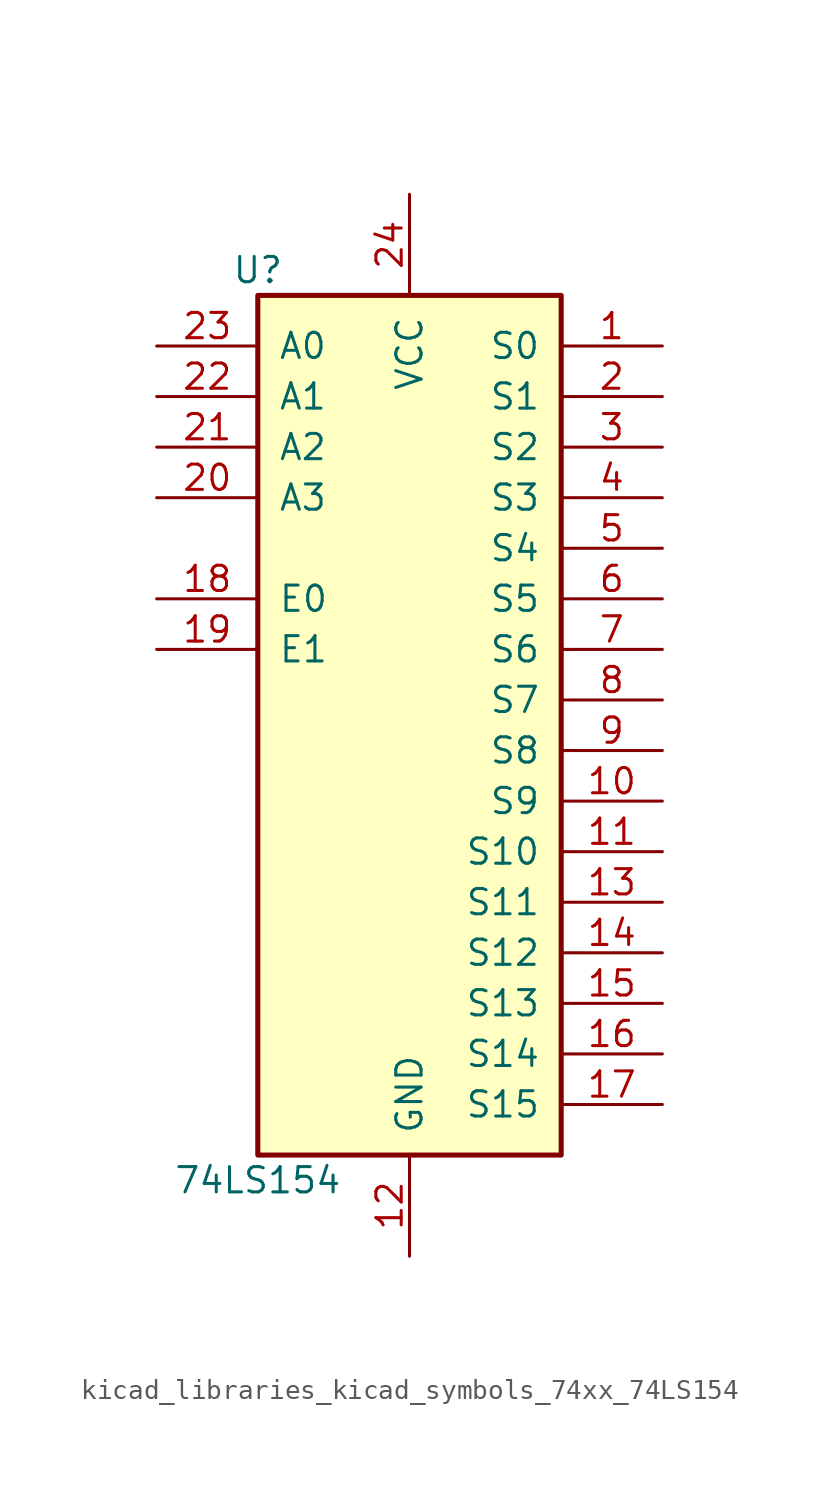
<source format=kicad_sym>
(kicad_symbol_lib
  (version 20220914)
  (generator kicad_symbol_editor)
  (symbol "kicad_libraries_kicad_symbols_74xx_74LS154"
    (pin_names
      (offset 1.016))
    (property "Reference" "U"
      (at -7.62 21.59 0)
      (effects (font (size 1.27 1.27))))
    (property "Value" "74LS154"
      (at -7.62 -24.13 0)
      (effects (font (size 1.27 1.27))))
    (property "ki_locked" ""
      (at 0 0 0)
      (effects (font (size 1.27 1.27))))
    (symbol "kicad_libraries_kicad_symbols_74xx_74LS154_1_0"
      (pin output line (at 12.7 17.78 180) (length 5.08) (name "S0" (effects (font (size 1.27 1.27)))) (number "1" (effects (font (size 1.27 1.27)))))
      (pin output line (at 12.7 -5.08 180) (length 5.08) (name "S9" (effects (font (size 1.27 1.27)))) (number "10" (effects (font (size 1.27 1.27)))))
      (pin output line (at 12.7 -7.62 180) (length 5.08) (name "S10" (effects (font (size 1.27 1.27)))) (number "11" (effects (font (size 1.27 1.27)))))
      (pin power_in line (at 0 -27.94 90) (length 5.08) (name "GND" (effects (font (size 1.27 1.27)))) (number "12" (effects (font (size 1.27 1.27)))))
      (pin output line (at 12.7 -10.16 180) (length 5.08) (name "S11" (effects (font (size 1.27 1.27)))) (number "13" (effects (font (size 1.27 1.27)))))
      (pin output line (at 12.7 -12.7 180) (length 5.08) (name "S12" (effects (font (size 1.27 1.27)))) (number "14" (effects (font (size 1.27 1.27)))))
      (pin output line (at 12.7 -15.24 180) (length 5.08) (name "S13" (effects (font (size 1.27 1.27)))) (number "15" (effects (font (size 1.27 1.27)))))
      (pin output line (at 12.7 -17.78 180) (length 5.08) (name "S14" (effects (font (size 1.27 1.27)))) (number "16" (effects (font (size 1.27 1.27)))))
      (pin output line (at 12.7 -20.32 180) (length 5.08) (name "S15" (effects (font (size 1.27 1.27)))) (number "17" (effects (font (size 1.27 1.27)))))
      (pin input line (at -12.7 5.08 0) (length 5.08) (name "E0" (effects (font (size 1.27 1.27)))) (number "18" (effects (font (size 1.27 1.27)))))
      (pin input line (at -12.7 2.54 0) (length 5.08) (name "E1" (effects (font (size 1.27 1.27)))) (number "19" (effects (font (size 1.27 1.27)))))
      (pin output line (at 12.7 15.24 180) (length 5.08) (name "S1" (effects (font (size 1.27 1.27)))) (number "2" (effects (font (size 1.27 1.27)))))
      (pin input line (at -12.7 10.16 0) (length 5.08) (name "A3" (effects (font (size 1.27 1.27)))) (number "20" (effects (font (size 1.27 1.27)))))
      (pin input line (at -12.7 12.7 0) (length 5.08) (name "A2" (effects (font (size 1.27 1.27)))) (number "21" (effects (font (size 1.27 1.27)))))
      (pin input line (at -12.7 15.24 0) (length 5.08) (name "A1" (effects (font (size 1.27 1.27)))) (number "22" (effects (font (size 1.27 1.27)))))
      (pin input line (at -12.7 17.78 0) (length 5.08) (name "A0" (effects (font (size 1.27 1.27)))) (number "23" (effects (font (size 1.27 1.27)))))
      (pin power_in line (at 0 25.4 270) (length 5.08) (name "VCC" (effects (font (size 1.27 1.27)))) (number "24" (effects (font (size 1.27 1.27)))))
      (pin output line (at 12.7 12.7 180) (length 5.08) (name "S2" (effects (font (size 1.27 1.27)))) (number "3" (effects (font (size 1.27 1.27)))))
      (pin output line (at 12.7 10.16 180) (length 5.08) (name "S3" (effects (font (size 1.27 1.27)))) (number "4" (effects (font (size 1.27 1.27)))))
      (pin output line (at 12.7 7.62 180) (length 5.08) (name "S4" (effects (font (size 1.27 1.27)))) (number "5" (effects (font (size 1.27 1.27)))))
      (pin output line (at 12.7 5.08 180) (length 5.08) (name "S5" (effects (font (size 1.27 1.27)))) (number "6" (effects (font (size 1.27 1.27)))))
      (pin output line (at 12.7 2.54 180) (length 5.08) (name "S6" (effects (font (size 1.27 1.27)))) (number "7" (effects (font (size 1.27 1.27)))))
      (pin output line (at 12.7 0 180) (length 5.08) (name "S7" (effects (font (size 1.27 1.27)))) (number "8" (effects (font (size 1.27 1.27)))))
      (pin output line (at 12.7 -2.54 180) (length 5.08) (name "S8" (effects (font (size 1.27 1.27)))) (number "9" (effects (font (size 1.27 1.27))))))
    (symbol "kicad_libraries_kicad_symbols_74xx_74LS154_1_1"
      (rectangle (start -7.62 20.32) (end 7.62 -22.86) (stroke (width 0.254) (type default)) (fill (type background))))))
</source>
